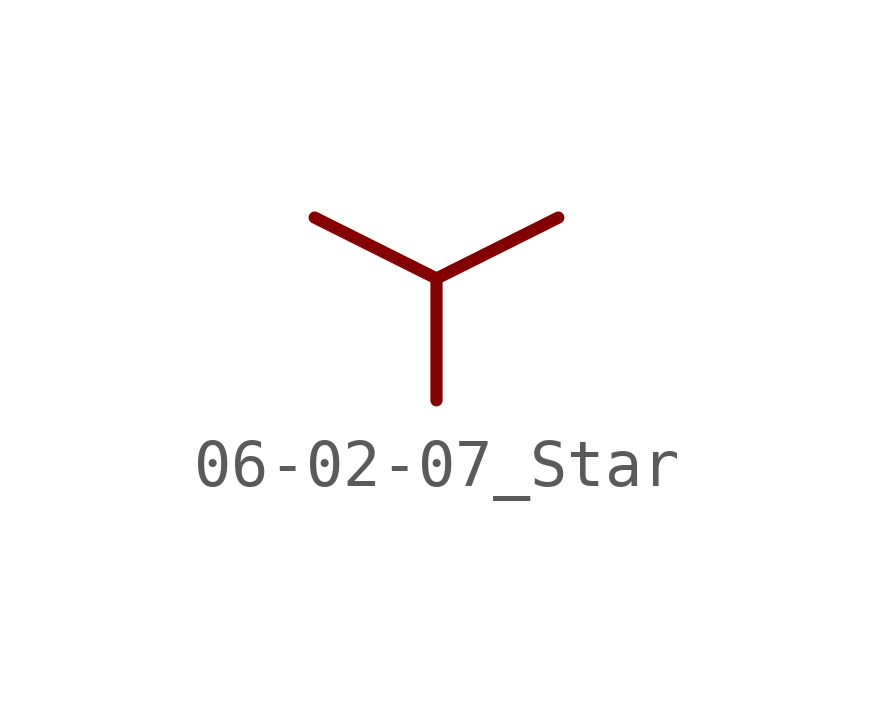
<source format=kicad_sym>
(kicad_symbol_lib
  (version 20201005)
  (generator kicad_symbol_editor)
  (symbol "Symbol_IEC_60617-6:06-02-07_Star"
    (property "Reference" "#SYM"
      (at 0 0 0)
      (effects (font (size 1.27 1.27)) hide))
    (symbol "06-02-07_Star_0_1"
      (polyline (pts (xy -2.54 1.27) (xy 0 0) (xy 2.54 1.27)) (stroke (width 0.254)) (fill (type none)))
      (polyline (pts (xy 0 0) (xy 0 -2.54)) (stroke (width 0.254)) (fill (type none))))))
</source>
